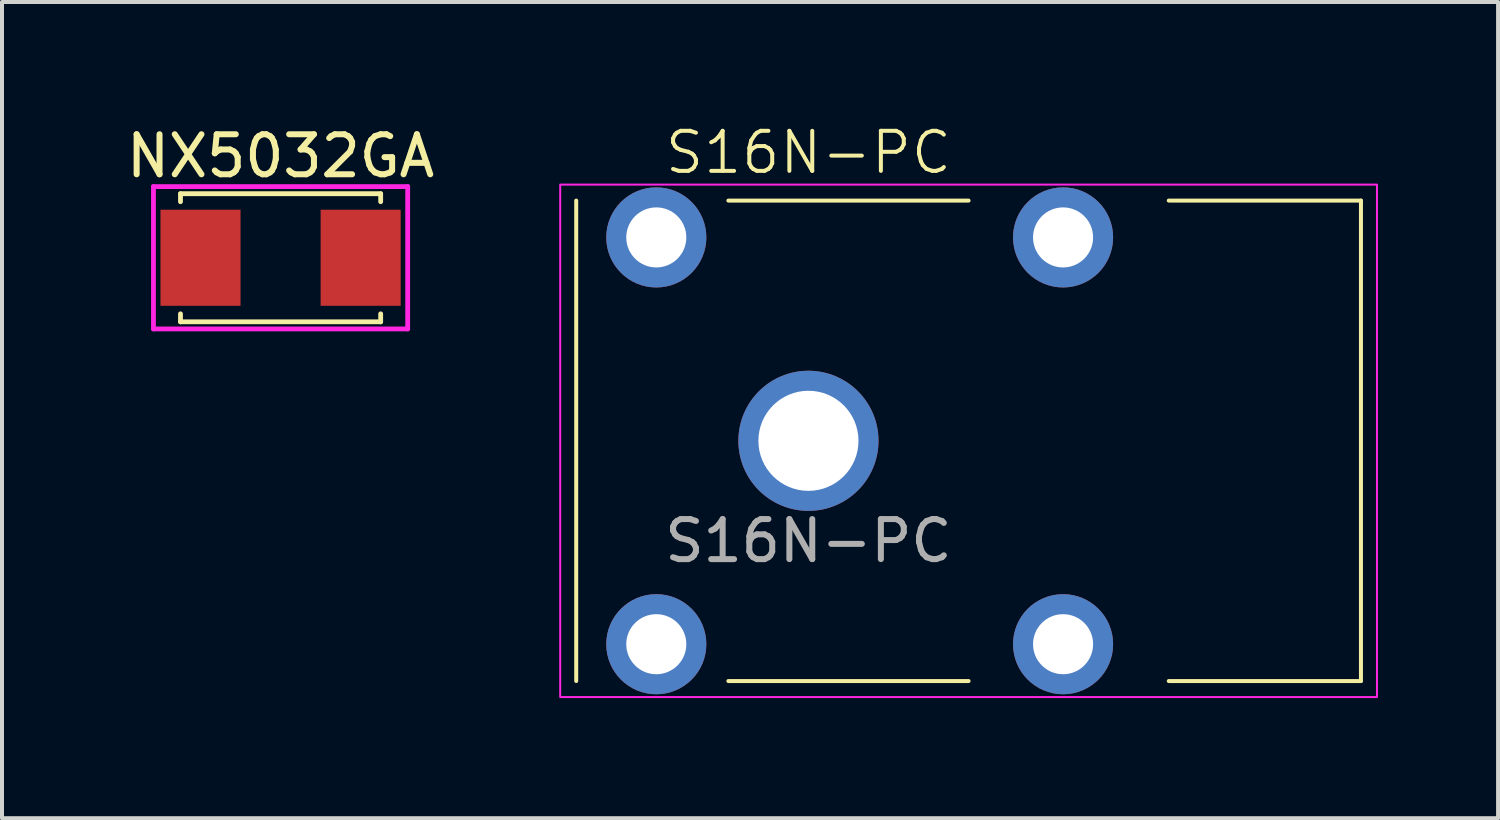
<source format=kicad_pcb>
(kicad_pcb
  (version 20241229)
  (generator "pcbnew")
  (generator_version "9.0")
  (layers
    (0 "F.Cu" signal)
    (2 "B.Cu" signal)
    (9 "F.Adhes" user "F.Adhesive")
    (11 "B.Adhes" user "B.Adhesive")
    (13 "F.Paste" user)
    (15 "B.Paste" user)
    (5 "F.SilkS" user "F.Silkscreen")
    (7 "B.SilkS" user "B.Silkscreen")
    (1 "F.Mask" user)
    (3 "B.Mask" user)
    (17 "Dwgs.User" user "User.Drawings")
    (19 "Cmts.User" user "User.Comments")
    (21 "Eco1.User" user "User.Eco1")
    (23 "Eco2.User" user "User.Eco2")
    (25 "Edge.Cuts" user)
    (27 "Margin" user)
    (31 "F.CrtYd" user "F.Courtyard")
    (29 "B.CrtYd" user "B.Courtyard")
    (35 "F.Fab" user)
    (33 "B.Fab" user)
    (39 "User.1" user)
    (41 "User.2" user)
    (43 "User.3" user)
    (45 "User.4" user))
  (footprint "S16N-PC"
    (layer "F.Cu")
    (at 17.142 7.96)
    (property "Reference" "S16N-PC" (at 0 -7.2 0) (unlocked yes) (layer "F.SilkS") (effects (font (size 1 1) (thickness 0.1))))
    (attr through_hole)
    (fp_line (start -5.8 -6) (end -5.8 6) (stroke (width 0.1) (type default)) (layer "F.SilkS"))
    (fp_line (start -2 -6) (end 4 -6) (stroke (width 0.1) (type default)) (layer "F.SilkS"))
    (fp_line (start -2 6) (end 4 6) (stroke (width 0.1) (type default)) (layer "F.SilkS"))
    (fp_line (start 9 -6) (end 13.8 -6) (stroke (width 0.1) (type default)) (layer "F.SilkS"))
    (fp_line (start 13.8 -6) (end 13.8 6) (stroke (width 0.1) (type default)) (layer "F.SilkS"))
    (fp_line (start 13.8 6) (end 9 6) (stroke (width 0.1) (type default)) (layer "F.SilkS"))
    (fp_rect (start -6.2 -6.4) (end 14.2 6.4) (stroke (width 0.05) (type default)) (fill no) (layer "F.CrtYd"))
    (fp_text user "${REFERENCE}" (at 0 2.5 0) (unlocked yes) (layer "F.Fab") (effects (font (size 1 1) (thickness 0.15))))
    (pad "" thru_hole circle (at -3.8 -5.08) (size 2.5 2.5) (drill 1.5) (layers "*.Cu" "*.Mask"))
    (pad "" thru_hole circle (at -3.8 5.08) (size 2.5 2.5) (drill 1.5) (layers "*.Cu" "*.Mask"))
    (pad "" thru_hole circle (at 6.36 -5.08) (size 2.5 2.5) (drill 1.5) (layers "*.Cu" "*.Mask"))
    (pad "" thru_hole circle (at 6.36 5.08) (size 2.5 2.5) (drill 1.5) (layers "*.Cu" "*.Mask"))
    (pad "1" thru_hole circle (at 0 0) (size 3.5 3.5) (drill 2.5) (layers "*.Cu" "*.Mask")))
  (footprint "NX5032GA"
    (layer "F.Cu")
    (at 3.958 3.388)
    (property "Reference" "NX5032GA" (at 0 -2.54 0) (layer "F.SilkS") (effects (font (size 1 1) (thickness 0.15))))
    (attr smd)
    (fp_line (start -2.5 -1.6) (end -2.5 -1.4) (stroke (width 0.12) (type solid)) (layer "F.SilkS"))
    (fp_line (start -2.5 -1.6) (end 2.5 -1.6) (stroke (width 0.12) (type solid)) (layer "F.SilkS"))
    (fp_line (start -2.5 1.6) (end -2.5 1.4) (stroke (width 0.12) (type solid)) (layer "F.SilkS"))
    (fp_line (start -2.5 1.6) (end 2.5 1.6) (stroke (width 0.12) (type solid)) (layer "F.SilkS"))
    (fp_line (start 2.5 -1.6) (end 2.5 -1.4) (stroke (width 0.12) (type solid)) (layer "F.SilkS"))
    (fp_line (start 2.5 1.6) (end 2.5 1.4) (stroke (width 0.12) (type solid)) (layer "F.SilkS"))
    (fp_line (start -3.175 -1.778) (end 3.175 -1.778) (stroke (width 0.12) (type solid)) (layer "F.CrtYd"))
    (fp_line (start -3.175 1.778) (end -3.175 -1.778) (stroke (width 0.12) (type solid)) (layer "F.CrtYd"))
    (fp_line (start 3.175 -1.778) (end 3.175 1.778) (stroke (width 0.12) (type solid)) (layer "F.CrtYd"))
    (fp_line (start 3.175 1.778) (end -3.175 1.778) (stroke (width 0.12) (type solid)) (layer "F.CrtYd"))
    (pad "1" smd rect (at -2 0) (size 2 2.4) (layers "F.Cu" "F.Mask" "F.Paste"))
    (pad "2" smd rect (at 2 0) (size 2 2.4) (layers "F.Cu" "F.Mask" "F.Paste")))
  (gr_rect
    (start -3 -3)
    (end 34.367 17.386)
    (stroke (width 0.1) (type default))
    (fill no)
    (layer "Edge.Cuts")))
</source>
